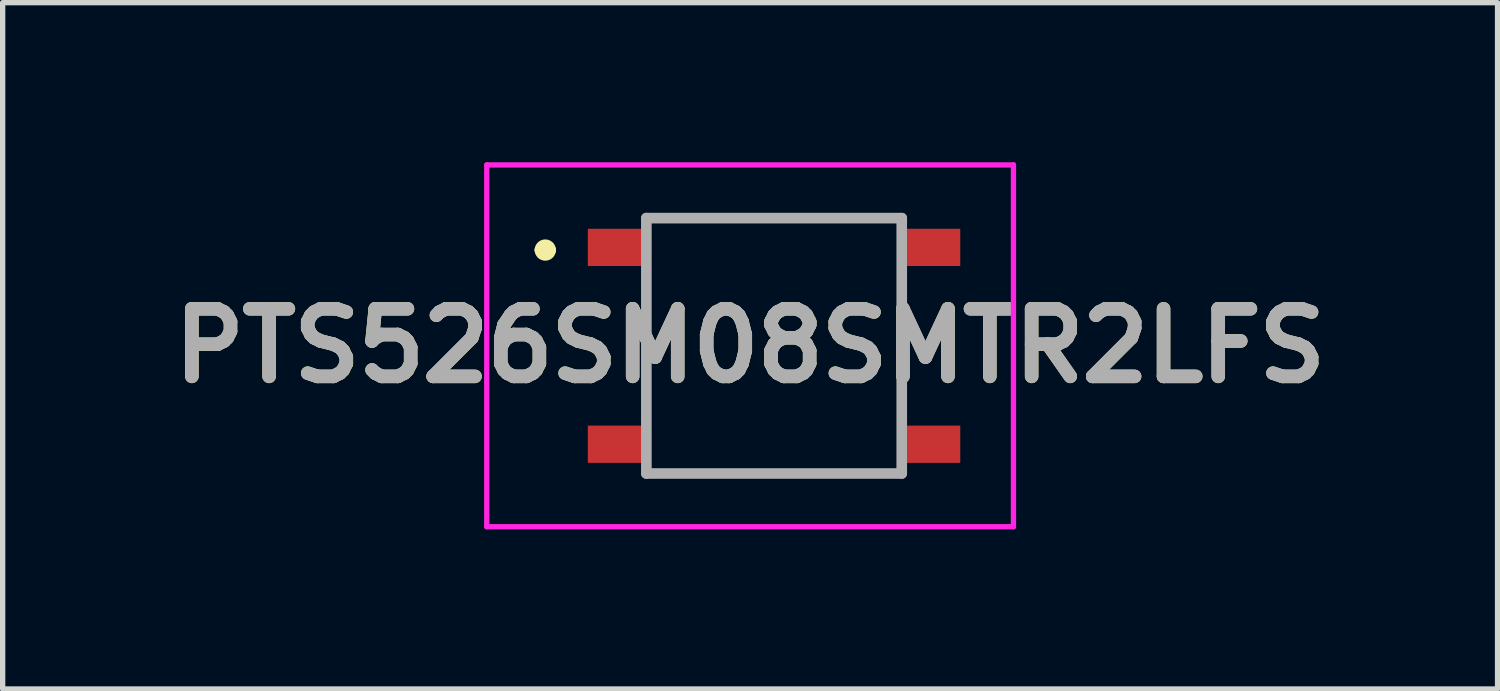
<source format=kicad_pcb>
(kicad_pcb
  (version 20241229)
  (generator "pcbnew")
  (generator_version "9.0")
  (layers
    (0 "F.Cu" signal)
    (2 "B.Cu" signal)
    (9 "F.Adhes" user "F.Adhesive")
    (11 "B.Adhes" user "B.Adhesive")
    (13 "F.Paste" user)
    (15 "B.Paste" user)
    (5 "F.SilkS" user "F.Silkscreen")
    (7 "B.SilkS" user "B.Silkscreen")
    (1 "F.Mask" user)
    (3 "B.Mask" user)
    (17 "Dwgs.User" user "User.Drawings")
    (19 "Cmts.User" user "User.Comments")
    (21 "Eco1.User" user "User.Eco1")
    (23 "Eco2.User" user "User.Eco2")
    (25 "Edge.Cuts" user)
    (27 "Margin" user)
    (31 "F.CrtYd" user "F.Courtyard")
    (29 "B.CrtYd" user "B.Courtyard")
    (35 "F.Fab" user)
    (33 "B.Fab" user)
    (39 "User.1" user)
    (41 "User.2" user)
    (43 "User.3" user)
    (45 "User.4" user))
  (footprint "PTS526SM08SMTR2LFS"
    (layer "F.Cu")
    (at 11.499 3.45)
    (property "Reference" "PTS526SM08SMTR2LFS" (at -0.45 0 0) (layer "F.SilkS") (effects (font (size 1.27 1.27) (thickness 0.254))))
    (attr smd)
    (fp_line (start -4.4 -1.8) (end -4.4 -1.8) (stroke (width 0.2) (type solid)) (layer "F.SilkS"))
    (fp_line (start -4.2 -1.8) (end -4.2 -1.8) (stroke (width 0.2) (type solid)) (layer "F.SilkS"))
    (fp_line (start -2.4 -2.4) (end 2.4 -2.4) (stroke (width 0.1) (type solid)) (layer "F.SilkS"))
    (fp_line (start -2.4 -1.2) (end -2.4 1) (stroke (width 0.1) (type solid)) (layer "F.SilkS"))
    (fp_line (start -2.4 2.4) (end 2.4 2.4) (stroke (width 0.1) (type solid)) (layer "F.SilkS"))
    (fp_line (start 2.4 -1.2) (end 2.4 1) (stroke (width 0.1) (type solid)) (layer "F.SilkS"))
    (fp_arc (start -4.4 -1.8) (mid -4.3 -1.9) (end -4.2 -1.8) (stroke (width 0.2) (type solid)) (layer "F.SilkS"))
    (fp_arc (start -4.2 -1.8) (mid -4.3 -1.7) (end -4.4 -1.8) (stroke (width 0.2) (type solid)) (layer "F.SilkS"))
    (fp_line (start -5.4 -3.4) (end 4.5 -3.4) (stroke (width 0.1) (type solid)) (layer "F.CrtYd"))
    (fp_line (start -5.4 3.4) (end -5.4 -3.4) (stroke (width 0.1) (type solid)) (layer "F.CrtYd"))
    (fp_line (start 4.5 -3.4) (end 4.5 3.4) (stroke (width 0.1) (type solid)) (layer "F.CrtYd"))
    (fp_line (start 4.5 3.4) (end -5.4 3.4) (stroke (width 0.1) (type solid)) (layer "F.CrtYd"))
    (fp_line (start -2.4 -2.4) (end 2.4 -2.4) (stroke (width 0.2) (type solid)) (layer "F.Fab"))
    (fp_line (start -2.4 2.4) (end -2.4 -2.4) (stroke (width 0.2) (type solid)) (layer "F.Fab"))
    (fp_line (start 2.4 -2.4) (end 2.4 2.4) (stroke (width 0.2) (type solid)) (layer "F.Fab"))
    (fp_line (start 2.4 2.4) (end -2.4 2.4) (stroke (width 0.2) (type solid)) (layer "F.Fab"))
    (fp_text user "${REFERENCE}" (at -0.45 0 0) (layer "F.Fab") (effects (font (size 1.27 1.27) (thickness 0.254))))
    (pad "1" smd rect (at -3 -1.85 90) (size 0.7 1) (layers "F.Cu" "F.Mask" "F.Paste"))
    (pad "2" smd rect (at 3 -1.85 90) (size 0.7 1) (layers "F.Cu" "F.Mask" "F.Paste"))
    (pad "3" smd rect (at -3 1.85 90) (size 0.7 1) (layers "F.Cu" "F.Mask" "F.Paste"))
    (pad "4" smd rect (at 3 1.85 90) (size 0.7 1) (layers "F.Cu" "F.Mask" "F.Paste")))
  (gr_rect
    (start -3 -3)
    (end 25.098 9.9)
    (stroke (width 0.1) (type default))
    (fill no)
    (layer "Edge.Cuts")))
</source>
